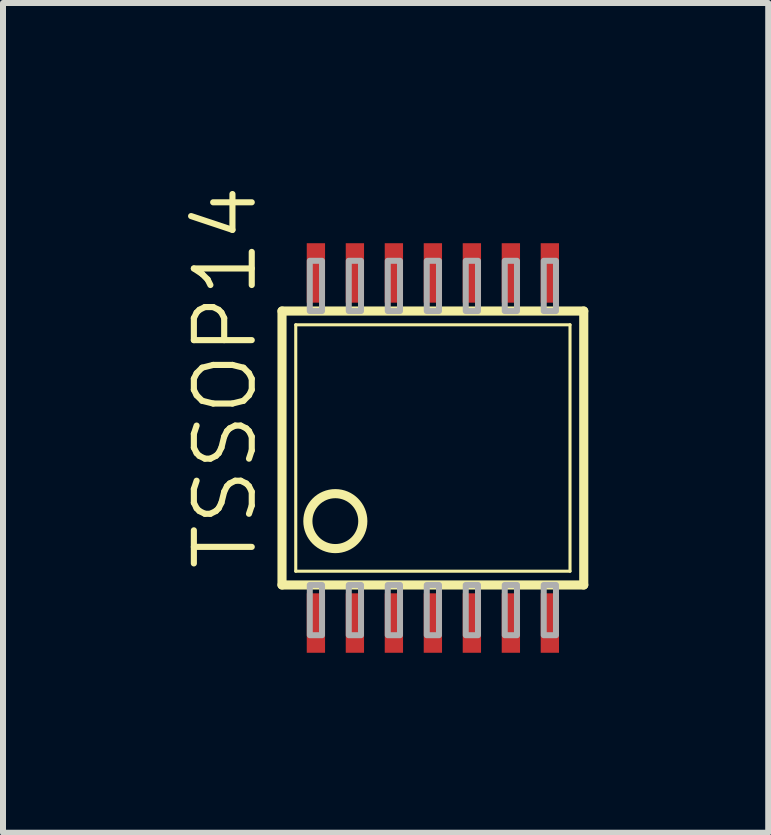
<source format=kicad_pcb>
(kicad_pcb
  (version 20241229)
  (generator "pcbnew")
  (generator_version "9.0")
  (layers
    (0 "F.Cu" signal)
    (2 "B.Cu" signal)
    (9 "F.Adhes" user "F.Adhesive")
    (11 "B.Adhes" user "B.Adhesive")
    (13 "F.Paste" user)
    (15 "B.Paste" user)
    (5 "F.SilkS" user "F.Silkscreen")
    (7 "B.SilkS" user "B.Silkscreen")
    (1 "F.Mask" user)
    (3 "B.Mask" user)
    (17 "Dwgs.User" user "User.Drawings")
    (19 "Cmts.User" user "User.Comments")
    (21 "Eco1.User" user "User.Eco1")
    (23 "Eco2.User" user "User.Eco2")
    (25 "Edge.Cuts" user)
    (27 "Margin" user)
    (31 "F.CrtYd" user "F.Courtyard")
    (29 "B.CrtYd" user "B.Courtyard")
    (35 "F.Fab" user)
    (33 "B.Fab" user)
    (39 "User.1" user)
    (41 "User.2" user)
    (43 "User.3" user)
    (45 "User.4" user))
  (footprint "TSSOP14"
    (layer "F.Cu")
    (at 4.166 4.418)
    (property "Reference" "TSSOP14" (at -2.896 2.083 90) (layer "F.SilkS") (effects (font (size 0.965 0.965) (thickness 0.102)) (justify left bottom)))
    (attr through_hole)
    (fp_line (start -2.515 2.283) (end -2.515 -2.283) (stroke (width 0.152) (type solid)) (layer "F.SilkS"))
    (fp_line (start -2.515 2.283) (end 2.515 2.283) (stroke (width 0.152) (type solid)) (layer "F.SilkS"))
    (fp_line (start -2.286 2.054) (end -2.286 -2.054) (stroke (width 0.051) (type solid)) (layer "F.SilkS"))
    (fp_line (start -2.286 2.054) (end 2.286 2.054) (stroke (width 0.051) (type solid)) (layer "F.SilkS"))
    (fp_line (start 2.286 -2.054) (end -2.286 -2.054) (stroke (width 0.051) (type solid)) (layer "F.SilkS"))
    (fp_line (start 2.286 -2.054) (end 2.286 2.054) (stroke (width 0.051) (type solid)) (layer "F.SilkS"))
    (fp_line (start 2.515 -2.283) (end -2.515 -2.283) (stroke (width 0.152) (type solid)) (layer "F.SilkS"))
    (fp_line (start 2.515 -2.283) (end 2.515 2.283) (stroke (width 0.152) (type solid)) (layer "F.SilkS"))
    (fp_circle (center -1.626 1.219) (end -1.168 1.219) (stroke (width 0.152) (type solid)) (fill no) (layer "F.SilkS"))
    (fp_poly (pts (xy -2.052 -2.283) (xy -1.848 -2.283) (xy -1.848 -3.121) (xy -2.052 -3.121)) (stroke (width 0.1) (type solid)) (fill no) (layer "F.Fab"))
    (fp_poly (pts (xy -2.052 3.121) (xy -1.848 3.121) (xy -1.848 2.283) (xy -2.052 2.283)) (stroke (width 0.1) (type solid)) (fill no) (layer "F.Fab"))
    (fp_poly (pts (xy -1.402 -2.283) (xy -1.198 -2.283) (xy -1.198 -3.121) (xy -1.402 -3.121)) (stroke (width 0.1) (type solid)) (fill no) (layer "F.Fab"))
    (fp_poly (pts (xy -1.402 3.121) (xy -1.198 3.121) (xy -1.198 2.283) (xy -1.402 2.283)) (stroke (width 0.1) (type solid)) (fill no) (layer "F.Fab"))
    (fp_poly (pts (xy -0.752 -2.283) (xy -0.548 -2.283) (xy -0.548 -3.121) (xy -0.752 -3.121)) (stroke (width 0.1) (type solid)) (fill no) (layer "F.Fab"))
    (fp_poly (pts (xy -0.752 3.121) (xy -0.548 3.121) (xy -0.548 2.283) (xy -0.752 2.283)) (stroke (width 0.1) (type solid)) (fill no) (layer "F.Fab"))
    (fp_poly (pts (xy -0.102 -2.283) (xy 0.102 -2.283) (xy 0.102 -3.121) (xy -0.102 -3.121)) (stroke (width 0.1) (type solid)) (fill no) (layer "F.Fab"))
    (fp_poly (pts (xy -0.102 3.121) (xy 0.102 3.121) (xy 0.102 2.283) (xy -0.102 2.283)) (stroke (width 0.1) (type solid)) (fill no) (layer "F.Fab"))
    (fp_poly (pts (xy 0.548 -2.283) (xy 0.752 -2.283) (xy 0.752 -3.121) (xy 0.548 -3.121)) (stroke (width 0.1) (type solid)) (fill no) (layer "F.Fab"))
    (fp_poly (pts (xy 0.548 3.121) (xy 0.752 3.121) (xy 0.752 2.283) (xy 0.548 2.283)) (stroke (width 0.1) (type solid)) (fill no) (layer "F.Fab"))
    (fp_poly (pts (xy 1.198 -2.283) (xy 1.402 -2.283) (xy 1.402 -3.121) (xy 1.198 -3.121)) (stroke (width 0.1) (type solid)) (fill no) (layer "F.Fab"))
    (fp_poly (pts (xy 1.198 3.121) (xy 1.402 3.121) (xy 1.402 2.283) (xy 1.198 2.283)) (stroke (width 0.1) (type solid)) (fill no) (layer "F.Fab"))
    (fp_poly (pts (xy 1.848 -2.283) (xy 2.052 -2.283) (xy 2.052 -3.121) (xy 1.848 -3.121)) (stroke (width 0.1) (type solid)) (fill no) (layer "F.Fab"))
    (fp_poly (pts (xy 1.848 3.121) (xy 2.052 3.121) (xy 2.052 2.283) (xy 1.848 2.283)) (stroke (width 0.1) (type solid)) (fill no) (layer "F.Fab"))
    (pad "1" smd rect (at -1.95 2.918) (size 0.305 0.991) (layers "F.Cu" "F.Mask" "F.Paste"))
    (pad "2" smd rect (at -1.3 2.918) (size 0.305 0.991) (layers "F.Cu" "F.Mask" "F.Paste"))
    (pad "3" smd rect (at -0.65 2.918) (size 0.305 0.991) (layers "F.Cu" "F.Mask" "F.Paste"))
    (pad "4" smd rect (at 0 2.918) (size 0.305 0.991) (layers "F.Cu" "F.Mask" "F.Paste"))
    (pad "5" smd rect (at 0.65 2.918) (size 0.305 0.991) (layers "F.Cu" "F.Mask" "F.Paste"))
    (pad "6" smd rect (at 1.3 2.918) (size 0.305 0.991) (layers "F.Cu" "F.Mask" "F.Paste"))
    (pad "7" smd rect (at 1.95 2.918) (size 0.305 0.991) (layers "F.Cu" "F.Mask" "F.Paste"))
    (pad "8" smd rect (at 1.95 -2.918) (size 0.305 0.991) (layers "F.Cu" "F.Mask" "F.Paste"))
    (pad "9" smd rect (at 1.3 -2.918) (size 0.305 0.991) (layers "F.Cu" "F.Mask" "F.Paste"))
    (pad "10" smd rect (at 0.65 -2.918) (size 0.305 0.991) (layers "F.Cu" "F.Mask" "F.Paste"))
    (pad "11" smd rect (at 0 -2.918) (size 0.305 0.991) (layers "F.Cu" "F.Mask" "F.Paste"))
    (pad "12" smd rect (at -0.65 -2.918) (size 0.305 0.991) (layers "F.Cu" "F.Mask" "F.Paste"))
    (pad "13" smd rect (at -1.3 -2.918) (size 0.305 0.991) (layers "F.Cu" "F.Mask" "F.Paste"))
    (pad "14" smd rect (at -1.95 -2.918) (size 0.305 0.991) (layers "F.Cu" "F.Mask" "F.Paste")))
  (gr_rect
    (start -3 -3)
    (end 9.756 10.831)
    (stroke (width 0.1) (type default))
    (fill no)
    (layer "Edge.Cuts")))
</source>
